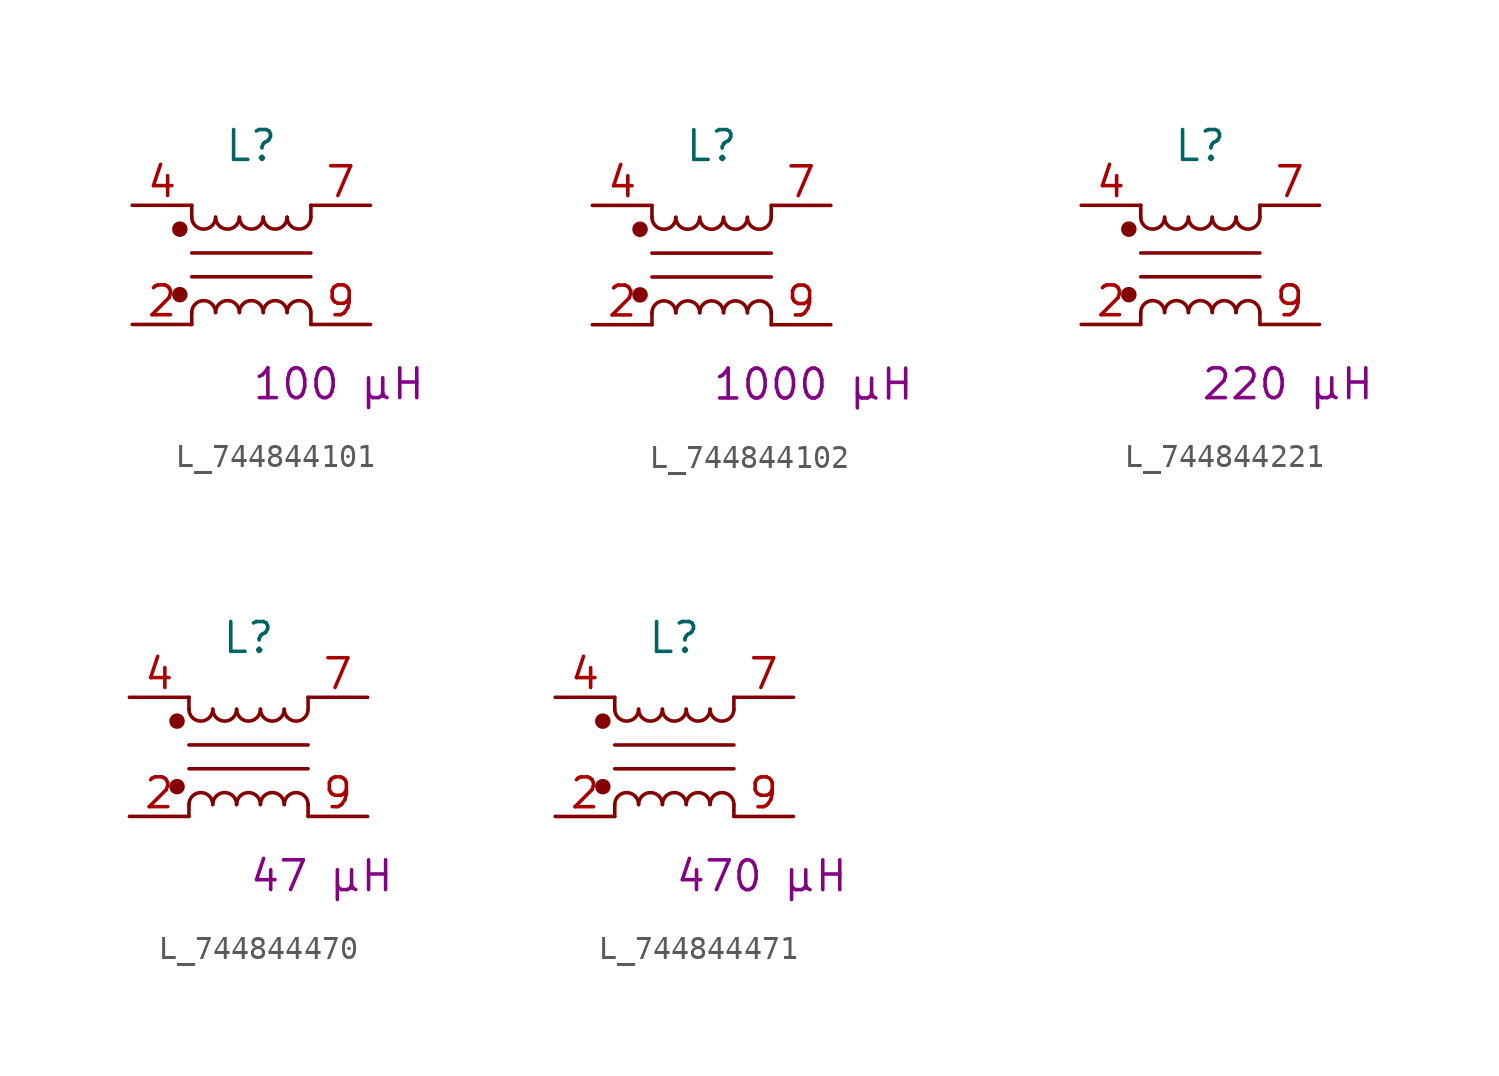
<source format=kicad_sym>
(kicad_symbol_lib
  (version 20220914)
  (generator kicad_symbol_editor)
  (symbol "L_744844101"
    (pin_names hide)
    (property "Reference" "L"
      (at 0 5.08 0)
      (effects (font (size 1.27 1.27))))
    (property "Critical Parameter" "100 µH"
      (at 0 -5.08 0)
      (effects (font (size 1.27 1.27)) (justify left)))
    (symbol "L_744844101_0_1"
      (circle (center -3.048 -1.27) (radius 0.254) (stroke (width 0) (type default)) (fill (type outline)))
      (circle (center -3.048 1.524) (radius 0.254) (stroke (width 0) (type default)) (fill (type outline)))
      (arc (start -2.54 2.032) (mid -2.032 1.5262) (end -1.524 2.032) (stroke (width 0) (type default)) (fill (type none)))
      (arc (start -1.524 -2.032) (mid -2.032 -1.5262) (end -2.54 -2.032) (stroke (width 0) (type default)) (fill (type none)))
      (arc (start -1.524 2.032) (mid -1.016 1.5262) (end -0.508 2.032) (stroke (width 0) (type default)) (fill (type none)))
      (arc (start -0.508 -2.032) (mid -1.016 -1.5262) (end -1.524 -2.032) (stroke (width 0) (type default)) (fill (type none)))
      (arc (start -0.508 2.032) (mid 0 1.5262) (end 0.508 2.032) (stroke (width 0) (type default)) (fill (type none)))
      (polyline (pts (xy -2.54 -2.032) (xy -2.54 -2.54)) (stroke (width 0) (type default)) (fill (type none)))
      (polyline (pts (xy -2.54 0.508) (xy 2.54 0.508)) (stroke (width 0) (type default)) (fill (type none)))
      (polyline (pts (xy -2.54 2.032) (xy -2.54 2.54)) (stroke (width 0) (type default)) (fill (type none)))
      (polyline (pts (xy 2.54 -2.032) (xy 2.54 -2.54)) (stroke (width 0) (type default)) (fill (type none)))
      (polyline (pts (xy 2.54 -0.508) (xy -2.54 -0.508)) (stroke (width 0) (type default)) (fill (type none)))
      (polyline (pts (xy 2.54 2.54) (xy 2.54 2.032)) (stroke (width 0) (type default)) (fill (type none)))
      (arc (start 0.508 -2.032) (mid 0 -1.5262) (end -0.508 -2.032) (stroke (width 0) (type default)) (fill (type none)))
      (arc (start 0.508 2.032) (mid 1.016 1.5262) (end 1.524 2.032) (stroke (width 0) (type default)) (fill (type none)))
      (arc (start 1.524 -2.032) (mid 1.016 -1.5262) (end 0.508 -2.032) (stroke (width 0) (type default)) (fill (type none)))
      (arc (start 1.524 2.032) (mid 2.032 1.5262) (end 2.54 2.032) (stroke (width 0) (type default)) (fill (type none)))
      (arc (start 2.54 -2.032) (mid 2.032 -1.5262) (end 1.524 -2.032) (stroke (width 0) (type default)) (fill (type none))))
    (symbol "L_744844101_1_1"
      (pin passive line (at -5.08 -2.54 0) (length 2.54) (name "2" (effects (font (size 1.27 1.27)))) (number "2" (effects (font (size 1.27 1.27)))))
      (pin passive line (at -5.08 2.54 0) (length 2.54) (name "4" (effects (font (size 1.27 1.27)))) (number "4" (effects (font (size 1.27 1.27)))))
      (pin passive line (at 5.08 2.54 180) (length 2.54) (name "7" (effects (font (size 1.27 1.27)))) (number "7" (effects (font (size 1.27 1.27)))))
      (pin passive line (at 5.08 -2.54 180) (length 2.54) (name "9" (effects (font (size 1.27 1.27)))) (number "9" (effects (font (size 1.27 1.27)))))))
  (symbol "L_744844102"
    (pin_names hide)
    (property "Reference" "L"
      (at 0 5.08 0)
      (effects (font (size 1.27 1.27))))
    (property "Critical Parameter" "1000 µH"
      (at 0 -5.08 0)
      (effects (font (size 1.27 1.27)) (justify left)))
    (symbol "L_744844102_0_1"
      (circle (center -3.048 -1.27) (radius 0.254) (stroke (width 0) (type default)) (fill (type outline)))
      (circle (center -3.048 1.524) (radius 0.254) (stroke (width 0) (type default)) (fill (type outline)))
      (arc (start -2.54 2.032) (mid -2.032 1.5262) (end -1.524 2.032) (stroke (width 0) (type default)) (fill (type none)))
      (arc (start -1.524 -2.032) (mid -2.032 -1.5262) (end -2.54 -2.032) (stroke (width 0) (type default)) (fill (type none)))
      (arc (start -1.524 2.032) (mid -1.016 1.5262) (end -0.508 2.032) (stroke (width 0) (type default)) (fill (type none)))
      (arc (start -0.508 -2.032) (mid -1.016 -1.5262) (end -1.524 -2.032) (stroke (width 0) (type default)) (fill (type none)))
      (arc (start -0.508 2.032) (mid 0 1.5262) (end 0.508 2.032) (stroke (width 0) (type default)) (fill (type none)))
      (polyline (pts (xy -2.54 -2.032) (xy -2.54 -2.54)) (stroke (width 0) (type default)) (fill (type none)))
      (polyline (pts (xy -2.54 0.508) (xy 2.54 0.508)) (stroke (width 0) (type default)) (fill (type none)))
      (polyline (pts (xy -2.54 2.032) (xy -2.54 2.54)) (stroke (width 0) (type default)) (fill (type none)))
      (polyline (pts (xy 2.54 -2.032) (xy 2.54 -2.54)) (stroke (width 0) (type default)) (fill (type none)))
      (polyline (pts (xy 2.54 -0.508) (xy -2.54 -0.508)) (stroke (width 0) (type default)) (fill (type none)))
      (polyline (pts (xy 2.54 2.54) (xy 2.54 2.032)) (stroke (width 0) (type default)) (fill (type none)))
      (arc (start 0.508 -2.032) (mid 0 -1.5262) (end -0.508 -2.032) (stroke (width 0) (type default)) (fill (type none)))
      (arc (start 0.508 2.032) (mid 1.016 1.5262) (end 1.524 2.032) (stroke (width 0) (type default)) (fill (type none)))
      (arc (start 1.524 -2.032) (mid 1.016 -1.5262) (end 0.508 -2.032) (stroke (width 0) (type default)) (fill (type none)))
      (arc (start 1.524 2.032) (mid 2.032 1.5262) (end 2.54 2.032) (stroke (width 0) (type default)) (fill (type none)))
      (arc (start 2.54 -2.032) (mid 2.032 -1.5262) (end 1.524 -2.032) (stroke (width 0) (type default)) (fill (type none))))
    (symbol "L_744844102_1_1"
      (pin passive line (at -5.08 -2.54 0) (length 2.54) (name "2" (effects (font (size 1.27 1.27)))) (number "2" (effects (font (size 1.27 1.27)))))
      (pin passive line (at -5.08 2.54 0) (length 2.54) (name "4" (effects (font (size 1.27 1.27)))) (number "4" (effects (font (size 1.27 1.27)))))
      (pin passive line (at 5.08 2.54 180) (length 2.54) (name "7" (effects (font (size 1.27 1.27)))) (number "7" (effects (font (size 1.27 1.27)))))
      (pin passive line (at 5.08 -2.54 180) (length 2.54) (name "9" (effects (font (size 1.27 1.27)))) (number "9" (effects (font (size 1.27 1.27)))))))
  (symbol "L_744844221"
    (pin_names hide)
    (property "Reference" "L"
      (at 0 5.08 0)
      (effects (font (size 1.27 1.27))))
    (property "Critical Parameter" "220 µH"
      (at 0 -5.08 0)
      (effects (font (size 1.27 1.27)) (justify left)))
    (symbol "L_744844221_0_1"
      (circle (center -3.048 -1.27) (radius 0.254) (stroke (width 0) (type default)) (fill (type outline)))
      (circle (center -3.048 1.524) (radius 0.254) (stroke (width 0) (type default)) (fill (type outline)))
      (arc (start -2.54 2.032) (mid -2.032 1.5262) (end -1.524 2.032) (stroke (width 0) (type default)) (fill (type none)))
      (arc (start -1.524 -2.032) (mid -2.032 -1.5262) (end -2.54 -2.032) (stroke (width 0) (type default)) (fill (type none)))
      (arc (start -1.524 2.032) (mid -1.016 1.5262) (end -0.508 2.032) (stroke (width 0) (type default)) (fill (type none)))
      (arc (start -0.508 -2.032) (mid -1.016 -1.5262) (end -1.524 -2.032) (stroke (width 0) (type default)) (fill (type none)))
      (arc (start -0.508 2.032) (mid 0 1.5262) (end 0.508 2.032) (stroke (width 0) (type default)) (fill (type none)))
      (polyline (pts (xy -2.54 -2.032) (xy -2.54 -2.54)) (stroke (width 0) (type default)) (fill (type none)))
      (polyline (pts (xy -2.54 0.508) (xy 2.54 0.508)) (stroke (width 0) (type default)) (fill (type none)))
      (polyline (pts (xy -2.54 2.032) (xy -2.54 2.54)) (stroke (width 0) (type default)) (fill (type none)))
      (polyline (pts (xy 2.54 -2.032) (xy 2.54 -2.54)) (stroke (width 0) (type default)) (fill (type none)))
      (polyline (pts (xy 2.54 -0.508) (xy -2.54 -0.508)) (stroke (width 0) (type default)) (fill (type none)))
      (polyline (pts (xy 2.54 2.54) (xy 2.54 2.032)) (stroke (width 0) (type default)) (fill (type none)))
      (arc (start 0.508 -2.032) (mid 0 -1.5262) (end -0.508 -2.032) (stroke (width 0) (type default)) (fill (type none)))
      (arc (start 0.508 2.032) (mid 1.016 1.5262) (end 1.524 2.032) (stroke (width 0) (type default)) (fill (type none)))
      (arc (start 1.524 -2.032) (mid 1.016 -1.5262) (end 0.508 -2.032) (stroke (width 0) (type default)) (fill (type none)))
      (arc (start 1.524 2.032) (mid 2.032 1.5262) (end 2.54 2.032) (stroke (width 0) (type default)) (fill (type none)))
      (arc (start 2.54 -2.032) (mid 2.032 -1.5262) (end 1.524 -2.032) (stroke (width 0) (type default)) (fill (type none))))
    (symbol "L_744844221_1_1"
      (pin passive line (at -5.08 -2.54 0) (length 2.54) (name "2" (effects (font (size 1.27 1.27)))) (number "2" (effects (font (size 1.27 1.27)))))
      (pin passive line (at -5.08 2.54 0) (length 2.54) (name "4" (effects (font (size 1.27 1.27)))) (number "4" (effects (font (size 1.27 1.27)))))
      (pin passive line (at 5.08 2.54 180) (length 2.54) (name "7" (effects (font (size 1.27 1.27)))) (number "7" (effects (font (size 1.27 1.27)))))
      (pin passive line (at 5.08 -2.54 180) (length 2.54) (name "9" (effects (font (size 1.27 1.27)))) (number "9" (effects (font (size 1.27 1.27)))))))
  (symbol "L_744844470"
    (pin_names hide)
    (property "Reference" "L"
      (at 0 5.08 0)
      (effects (font (size 1.27 1.27))))
    (property "Critical Parameter" "47 µH"
      (at 0 -5.08 0)
      (effects (font (size 1.27 1.27)) (justify left)))
    (symbol "L_744844470_0_1"
      (circle (center -3.048 -1.27) (radius 0.254) (stroke (width 0) (type default)) (fill (type outline)))
      (circle (center -3.048 1.524) (radius 0.254) (stroke (width 0) (type default)) (fill (type outline)))
      (arc (start -2.54 2.032) (mid -2.032 1.5262) (end -1.524 2.032) (stroke (width 0) (type default)) (fill (type none)))
      (arc (start -1.524 -2.032) (mid -2.032 -1.5262) (end -2.54 -2.032) (stroke (width 0) (type default)) (fill (type none)))
      (arc (start -1.524 2.032) (mid -1.016 1.5262) (end -0.508 2.032) (stroke (width 0) (type default)) (fill (type none)))
      (arc (start -0.508 -2.032) (mid -1.016 -1.5262) (end -1.524 -2.032) (stroke (width 0) (type default)) (fill (type none)))
      (arc (start -0.508 2.032) (mid 0 1.5262) (end 0.508 2.032) (stroke (width 0) (type default)) (fill (type none)))
      (polyline (pts (xy -2.54 -2.032) (xy -2.54 -2.54)) (stroke (width 0) (type default)) (fill (type none)))
      (polyline (pts (xy -2.54 0.508) (xy 2.54 0.508)) (stroke (width 0) (type default)) (fill (type none)))
      (polyline (pts (xy -2.54 2.032) (xy -2.54 2.54)) (stroke (width 0) (type default)) (fill (type none)))
      (polyline (pts (xy 2.54 -2.032) (xy 2.54 -2.54)) (stroke (width 0) (type default)) (fill (type none)))
      (polyline (pts (xy 2.54 -0.508) (xy -2.54 -0.508)) (stroke (width 0) (type default)) (fill (type none)))
      (polyline (pts (xy 2.54 2.54) (xy 2.54 2.032)) (stroke (width 0) (type default)) (fill (type none)))
      (arc (start 0.508 -2.032) (mid 0 -1.5262) (end -0.508 -2.032) (stroke (width 0) (type default)) (fill (type none)))
      (arc (start 0.508 2.032) (mid 1.016 1.5262) (end 1.524 2.032) (stroke (width 0) (type default)) (fill (type none)))
      (arc (start 1.524 -2.032) (mid 1.016 -1.5262) (end 0.508 -2.032) (stroke (width 0) (type default)) (fill (type none)))
      (arc (start 1.524 2.032) (mid 2.032 1.5262) (end 2.54 2.032) (stroke (width 0) (type default)) (fill (type none)))
      (arc (start 2.54 -2.032) (mid 2.032 -1.5262) (end 1.524 -2.032) (stroke (width 0) (type default)) (fill (type none))))
    (symbol "L_744844470_1_1"
      (pin passive line (at -5.08 -2.54 0) (length 2.54) (name "2" (effects (font (size 1.27 1.27)))) (number "2" (effects (font (size 1.27 1.27)))))
      (pin passive line (at -5.08 2.54 0) (length 2.54) (name "4" (effects (font (size 1.27 1.27)))) (number "4" (effects (font (size 1.27 1.27)))))
      (pin passive line (at 5.08 2.54 180) (length 2.54) (name "7" (effects (font (size 1.27 1.27)))) (number "7" (effects (font (size 1.27 1.27)))))
      (pin passive line (at 5.08 -2.54 180) (length 2.54) (name "9" (effects (font (size 1.27 1.27)))) (number "9" (effects (font (size 1.27 1.27)))))))
  (symbol "L_744844471"
    (pin_names hide)
    (property "Reference" "L"
      (at 0 5.08 0)
      (effects (font (size 1.27 1.27))))
    (property "Critical Parameter" "470 µH"
      (at 0 -5.08 0)
      (effects (font (size 1.27 1.27)) (justify left)))
    (symbol "L_744844471_0_1"
      (circle (center -3.048 -1.27) (radius 0.254) (stroke (width 0) (type default)) (fill (type outline)))
      (circle (center -3.048 1.524) (radius 0.254) (stroke (width 0) (type default)) (fill (type outline)))
      (arc (start -2.54 2.032) (mid -2.032 1.5262) (end -1.524 2.032) (stroke (width 0) (type default)) (fill (type none)))
      (arc (start -1.524 -2.032) (mid -2.032 -1.5262) (end -2.54 -2.032) (stroke (width 0) (type default)) (fill (type none)))
      (arc (start -1.524 2.032) (mid -1.016 1.5262) (end -0.508 2.032) (stroke (width 0) (type default)) (fill (type none)))
      (arc (start -0.508 -2.032) (mid -1.016 -1.5262) (end -1.524 -2.032) (stroke (width 0) (type default)) (fill (type none)))
      (arc (start -0.508 2.032) (mid 0 1.5262) (end 0.508 2.032) (stroke (width 0) (type default)) (fill (type none)))
      (polyline (pts (xy -2.54 -2.032) (xy -2.54 -2.54)) (stroke (width 0) (type default)) (fill (type none)))
      (polyline (pts (xy -2.54 0.508) (xy 2.54 0.508)) (stroke (width 0) (type default)) (fill (type none)))
      (polyline (pts (xy -2.54 2.032) (xy -2.54 2.54)) (stroke (width 0) (type default)) (fill (type none)))
      (polyline (pts (xy 2.54 -2.032) (xy 2.54 -2.54)) (stroke (width 0) (type default)) (fill (type none)))
      (polyline (pts (xy 2.54 -0.508) (xy -2.54 -0.508)) (stroke (width 0) (type default)) (fill (type none)))
      (polyline (pts (xy 2.54 2.54) (xy 2.54 2.032)) (stroke (width 0) (type default)) (fill (type none)))
      (arc (start 0.508 -2.032) (mid 0 -1.5262) (end -0.508 -2.032) (stroke (width 0) (type default)) (fill (type none)))
      (arc (start 0.508 2.032) (mid 1.016 1.5262) (end 1.524 2.032) (stroke (width 0) (type default)) (fill (type none)))
      (arc (start 1.524 -2.032) (mid 1.016 -1.5262) (end 0.508 -2.032) (stroke (width 0) (type default)) (fill (type none)))
      (arc (start 1.524 2.032) (mid 2.032 1.5262) (end 2.54 2.032) (stroke (width 0) (type default)) (fill (type none)))
      (arc (start 2.54 -2.032) (mid 2.032 -1.5262) (end 1.524 -2.032) (stroke (width 0) (type default)) (fill (type none))))
    (symbol "L_744844471_1_1"
      (pin passive line (at -5.08 -2.54 0) (length 2.54) (name "2" (effects (font (size 1.27 1.27)))) (number "2" (effects (font (size 1.27 1.27)))))
      (pin passive line (at -5.08 2.54 0) (length 2.54) (name "4" (effects (font (size 1.27 1.27)))) (number "4" (effects (font (size 1.27 1.27)))))
      (pin passive line (at 5.08 2.54 180) (length 2.54) (name "7" (effects (font (size 1.27 1.27)))) (number "7" (effects (font (size 1.27 1.27)))))
      (pin passive line (at 5.08 -2.54 180) (length 2.54) (name "9" (effects (font (size 1.27 1.27)))) (number "9" (effects (font (size 1.27 1.27))))))))
</source>
